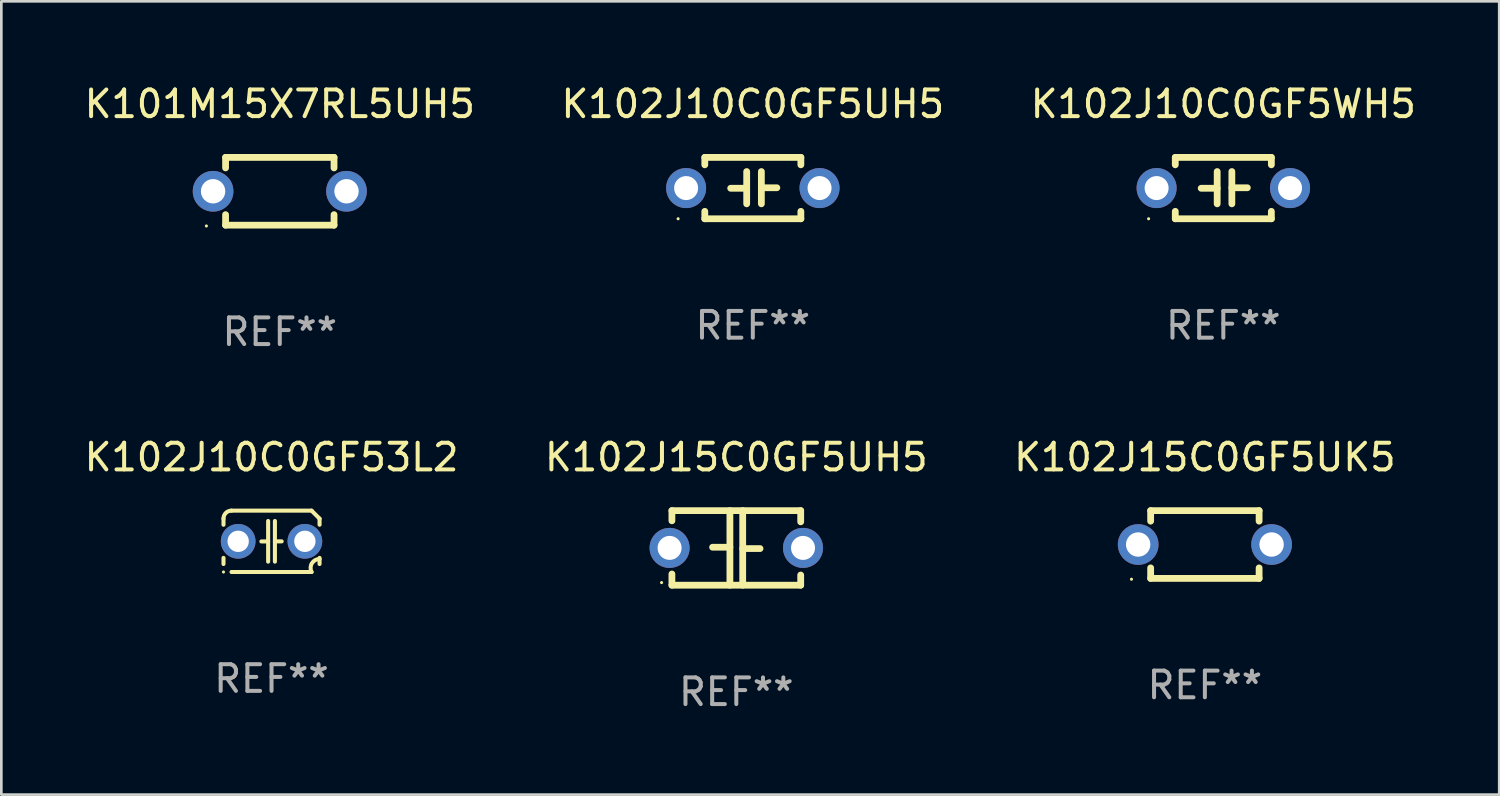
<source format=kicad_pcb>
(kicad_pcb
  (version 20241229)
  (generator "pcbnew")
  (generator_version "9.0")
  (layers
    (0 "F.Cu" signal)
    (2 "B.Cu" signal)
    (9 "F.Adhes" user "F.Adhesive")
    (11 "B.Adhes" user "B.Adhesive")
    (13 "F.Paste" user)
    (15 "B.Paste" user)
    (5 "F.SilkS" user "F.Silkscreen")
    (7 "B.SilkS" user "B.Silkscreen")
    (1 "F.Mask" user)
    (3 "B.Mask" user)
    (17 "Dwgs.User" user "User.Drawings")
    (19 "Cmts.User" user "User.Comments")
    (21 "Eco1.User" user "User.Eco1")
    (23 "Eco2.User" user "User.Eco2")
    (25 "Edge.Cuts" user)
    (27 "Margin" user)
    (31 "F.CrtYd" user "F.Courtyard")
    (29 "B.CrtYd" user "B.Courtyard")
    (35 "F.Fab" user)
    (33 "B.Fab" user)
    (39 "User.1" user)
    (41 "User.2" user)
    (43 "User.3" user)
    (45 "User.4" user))
  (footprint "K102J10C0GF5WH5"
    (layer "F.Cu")
    (at 42.792 3.998)
    (property "Reference" "K102J10C0GF5WH5" (at 0 -3.15 0) (layer "F.SilkS") (effects (font (size 1 1) (thickness 0.15))))
    (attr through_hole)
    (fp_line (start -1.8 -1.15) (end -1.8 -0.872) (stroke (width 0.254) (type solid)) (layer "F.SilkS"))
    (fp_line (start -1.8 -1.15) (end 1.8 -1.15) (stroke (width 0.254) (type solid)) (layer "F.SilkS"))
    (fp_line (start -1.8 0.872) (end -1.8 1.15) (stroke (width 0.254) (type solid)) (layer "F.SilkS"))
    (fp_line (start -1.8 1.15) (end 1.8 1.15) (stroke (width 0.254) (type solid)) (layer "F.SilkS"))
    (fp_line (start -0.23 -0.62) (end -0.23 0.59) (stroke (width 0.254) (type solid)) (layer "F.SilkS"))
    (fp_line (start -0.23 0.007) (end -0.83 0.007) (stroke (width 0.254) (type solid)) (layer "F.SilkS"))
    (fp_line (start 0.32 -0.62) (end 0.32 0.59) (stroke (width 0.254) (type solid)) (layer "F.SilkS"))
    (fp_line (start 0.32 -0.012) (end 0.9 -0.012) (stroke (width 0.254) (type solid)) (layer "F.SilkS"))
    (fp_line (start 1.8 -1.15) (end 1.8 -0.872) (stroke (width 0.254) (type solid)) (layer "F.SilkS"))
    (fp_line (start 1.8 0.872) (end 1.8 1.15) (stroke (width 0.254) (type solid)) (layer "F.SilkS"))
    (fp_circle (center -2.8 1.15) (end -2.77 1.15) (stroke (width 0.06) (type solid)) (fill no) (layer "F.SilkS"))
    (fp_text user "REF**" (at 0 5.15 0) (layer "F.Fab") (effects (font (size 1 1) (thickness 0.15))))
    (pad "1" thru_hole circle (at -2.5 0) (size 1.5 1.5) (drill 0.9) (layers "*.Cu" "*.Mask"))
    (pad "2" thru_hole circle (at 2.5 0) (size 1.5 1.5) (drill 0.9) (layers "*.Cu" "*.Mask")))
  (footprint "K102J10C0GF5UH5"
    (layer "F.Cu")
    (at 25.161 3.998)
    (property "Reference" "K102J10C0GF5UH5" (at 0 -3.15 0) (layer "F.SilkS") (effects (font (size 1 1) (thickness 0.15))))
    (attr through_hole)
    (fp_line (start -1.8 -1.15) (end -1.8 -0.872) (stroke (width 0.254) (type solid)) (layer "F.SilkS"))
    (fp_line (start -1.8 -1.15) (end 1.8 -1.15) (stroke (width 0.254) (type solid)) (layer "F.SilkS"))
    (fp_line (start -1.8 0.872) (end -1.8 1.15) (stroke (width 0.254) (type solid)) (layer "F.SilkS"))
    (fp_line (start -1.8 1.15) (end 1.8 1.15) (stroke (width 0.254) (type solid)) (layer "F.SilkS"))
    (fp_line (start -0.23 -0.62) (end -0.23 0.59) (stroke (width 0.254) (type solid)) (layer "F.SilkS"))
    (fp_line (start -0.23 0.007) (end -0.83 0.007) (stroke (width 0.254) (type solid)) (layer "F.SilkS"))
    (fp_line (start 0.32 -0.62) (end 0.32 0.59) (stroke (width 0.254) (type solid)) (layer "F.SilkS"))
    (fp_line (start 0.32 -0.012) (end 0.9 -0.012) (stroke (width 0.254) (type solid)) (layer "F.SilkS"))
    (fp_line (start 1.8 -1.15) (end 1.8 -0.872) (stroke (width 0.254) (type solid)) (layer "F.SilkS"))
    (fp_line (start 1.8 0.872) (end 1.8 1.15) (stroke (width 0.254) (type solid)) (layer "F.SilkS"))
    (fp_circle (center -2.8 1.15) (end -2.77 1.15) (stroke (width 0.06) (type solid)) (fill no) (layer "F.SilkS"))
    (fp_text user "REF**" (at 0 5.15 0) (layer "F.Fab") (effects (font (size 1 1) (thickness 0.15))))
    (pad "1" thru_hole circle (at -2.5 0) (size 1.5 1.5) (drill 0.9) (layers "*.Cu" "*.Mask"))
    (pad "2" thru_hole circle (at 2.5 0) (size 1.5 1.5) (drill 0.9) (layers "*.Cu" "*.Mask")))
  (footprint "K102J15C0GF5UH5"
    (layer "F.Cu")
    (at 24.542 17.482)
    (property "Reference" "K102J15C0GF5UH5" (at 0 -3.397 0) (layer "F.SilkS") (effects (font (size 1 1) (thickness 0.15))))
    (attr through_hole)
    (fp_line (start -2.413 -1.397) (end 2.413 -1.397) (stroke (width 0.254) (type solid)) (layer "F.SilkS"))
    (fp_line (start -2.413 -1.016) (end -2.413 -1.397) (stroke (width 0.254) (type solid)) (layer "F.SilkS"))
    (fp_line (start -2.413 0.977) (end -2.413 1.397) (stroke (width 0.254) (type solid)) (layer "F.SilkS"))
    (fp_line (start -0.24 -0.025) (end -0.889 -0.025) (stroke (width 0.254) (type solid)) (layer "F.SilkS"))
    (fp_line (start -0.24 1.397) (end -0.24 -1.397) (stroke (width 0.254) (type solid)) (layer "F.SilkS"))
    (fp_line (start 0.24 -1.397) (end 0.24 1.397) (stroke (width 0.254) (type solid)) (layer "F.SilkS"))
    (fp_line (start 0.24 0.025) (end 0.889 0.025) (stroke (width 0.254) (type solid)) (layer "F.SilkS"))
    (fp_line (start 2.413 -0.977) (end 2.413 -1.397) (stroke (width 0.254) (type solid)) (layer "F.SilkS"))
    (fp_line (start 2.413 1.016) (end 2.413 1.397) (stroke (width 0.254) (type solid)) (layer "F.SilkS"))
    (fp_line (start 2.413 1.397) (end -2.413 1.397) (stroke (width 0.254) (type solid)) (layer "F.SilkS"))
    (fp_circle (center -2.8 1.3) (end -2.77 1.3) (stroke (width 0.06) (type solid)) (fill no) (layer "F.SilkS"))
    (fp_text user "REF**" (at 0 5.397 0) (layer "F.Fab") (effects (font (size 1 1) (thickness 0.15))))
    (pad "1" thru_hole circle (at -2.5 0) (size 1.5 1.5) (drill 0.9) (layers "*.Cu" "*.Mask"))
    (pad "2" thru_hole circle (at 2.5 0) (size 1.5 1.5) (drill 0.9) (layers "*.Cu" "*.Mask")))
  (footprint "K101M15X7RL5UH5"
    (layer "F.Cu")
    (at 7.435 4.118)
    (property "Reference" "K101M15X7RL5UH5" (at 0 -3.27 0) (layer "F.SilkS") (effects (font (size 1 1) (thickness 0.15))))
    (attr through_hole)
    (fp_line (start -2.032 -1.27) (end -2.032 -0.876) (stroke (width 0.254) (type solid)) (layer "F.SilkS"))
    (fp_line (start -2.032 0.876) (end -2.032 1.27) (stroke (width 0.254) (type solid)) (layer "F.SilkS"))
    (fp_line (start -2.032 1.27) (end 2.032 1.27) (stroke (width 0.254) (type solid)) (layer "F.SilkS"))
    (fp_line (start 2.032 -1.27) (end -2.032 -1.27) (stroke (width 0.254) (type solid)) (layer "F.SilkS"))
    (fp_line (start 2.032 -0.876) (end 2.032 -1.27) (stroke (width 0.254) (type solid)) (layer "F.SilkS"))
    (fp_line (start 2.032 1.27) (end 2.032 0.876) (stroke (width 0.254) (type solid)) (layer "F.SilkS"))
    (fp_circle (center -2.751 1.3) (end -2.721 1.3) (stroke (width 0.06) (type solid)) (fill no) (layer "F.SilkS"))
    (fp_text user "REF**" (at 0 5.27 0) (layer "F.Fab") (effects (font (size 1 1) (thickness 0.15))))
    (pad "1" thru_hole circle (at -2.5 0) (size 1.524 1.524) (drill 0.914) (layers "*.Cu" "*.Mask"))
    (pad "2" thru_hole circle (at 2.5 0) (size 1.524 1.524) (drill 0.914) (layers "*.Cu" "*.Mask")))
  (footprint "K102J15C0GF5UK5"
    (layer "F.Cu")
    (at 42.101 17.355)
    (property "Reference" "K102J15C0GF5UK5" (at 0 -3.27 0) (layer "F.SilkS") (effects (font (size 1 1) (thickness 0.15))))
    (attr through_hole)
    (fp_line (start -2.032 -1.27) (end -2.032 -0.876) (stroke (width 0.254) (type solid)) (layer "F.SilkS"))
    (fp_line (start -2.032 0.876) (end -2.032 1.27) (stroke (width 0.254) (type solid)) (layer "F.SilkS"))
    (fp_line (start -2.032 1.27) (end 2.032 1.27) (stroke (width 0.254) (type solid)) (layer "F.SilkS"))
    (fp_line (start 2.032 -1.27) (end -2.032 -1.27) (stroke (width 0.254) (type solid)) (layer "F.SilkS"))
    (fp_line (start 2.032 -0.876) (end 2.032 -1.27) (stroke (width 0.254) (type solid)) (layer "F.SilkS"))
    (fp_line (start 2.032 1.27) (end 2.032 0.876) (stroke (width 0.254) (type solid)) (layer "F.SilkS"))
    (fp_circle (center -2.751 1.3) (end -2.721 1.3) (stroke (width 0.06) (type solid)) (fill no) (layer "F.SilkS"))
    (fp_text user "REF**" (at 0 5.27 0) (layer "F.Fab") (effects (font (size 1 1) (thickness 0.15))))
    (pad "1" thru_hole circle (at -2.5 0) (size 1.524 1.524) (drill 0.914) (layers "*.Cu" "*.Mask"))
    (pad "2" thru_hole circle (at 2.5 0) (size 1.524 1.524) (drill 0.914) (layers "*.Cu" "*.Mask")))
  (footprint "K102J10C0GF53L2"
    (layer "F.Cu")
    (at 7.125 17.235)
    (property "Reference" "K102J10C0GF53L2" (at 0 -3.15 0) (layer "F.SilkS") (effects (font (size 1 1) (thickness 0.15))))
    (attr through_hole)
    (fp_line (start -1.8 -0.621) (end -1.8 -0.85) (stroke (width 0.152) (type solid)) (layer "F.SilkS"))
    (fp_line (start -1.8 0.85) (end -1.8 0.621) (stroke (width 0.152) (type solid)) (layer "F.SilkS"))
    (fp_line (start -1.5 -1.15) (end 1.5 -1.15) (stroke (width 0.152) (type solid)) (layer "F.SilkS"))
    (fp_line (start -0.127 -0.762) (end -0.127 0.762) (stroke (width 0.152) (type solid)) (layer "F.SilkS"))
    (fp_line (start -0.127 0.005) (end -0.381 0.005) (stroke (width 0.152) (type solid)) (layer "F.SilkS"))
    (fp_line (start 0.127 -0.762) (end 0.127 0.762) (stroke (width 0.152) (type solid)) (layer "F.SilkS"))
    (fp_line (start 0.127 0.002) (end 0.381 0.002) (stroke (width 0.152) (type solid)) (layer "F.SilkS"))
    (fp_line (start 1.5 1.15) (end -1.5 1.15) (stroke (width 0.152) (type solid)) (layer "F.SilkS"))
    (fp_line (start 1.8 -0.85) (end 1.8 -0.621) (stroke (width 0.152) (type solid)) (layer "F.SilkS"))
    (fp_line (start 1.8 0.621) (end 1.8 0.85) (stroke (width 0.152) (type solid)) (layer "F.SilkS"))
    (fp_arc (start -1.799975 -0.849987) (mid -1.712107 -1.062119) (end -1.499975 -1.149987) (stroke (width 0.151994) (type solid)) (layer "F.SilkS"))
    (fp_arc (start 1.499975 1.149987) (mid 1.513726 0.822359) (end 1.799975 0.662387) (stroke (width 0.151994) (type solid)) (layer "F.SilkS"))
    (fp_arc (start 1.500001 -1.149986) (mid 1.650015 -1.000001) (end 1.8 -0.849987) (stroke (width 0.151994) (type solid)) (layer "F.SilkS"))
    (fp_circle (center -1.8 1.15) (end -1.77 1.15) (stroke (width 0.06) (type solid)) (fill no) (layer "F.SilkS"))
    (fp_text user "REF**" (at 0 5.15 0) (layer "F.Fab") (effects (font (size 1 1) (thickness 0.15))))
    (pad "1" thru_hole circle (at -1.25 0) (size 1.3 1.3) (drill 0.8) (layers "*.Cu" "*.Mask"))
    (pad "2" thru_hole circle (at 1.25 0) (size 1.3 1.3) (drill 0.8) (layers "*.Cu" "*.Mask")))
  (gr_rect
    (start -3 -3)
    (end 53.131 26.727)
    (stroke (width 0.1) (type default))
    (fill no)
    (layer "Edge.Cuts")))
</source>
